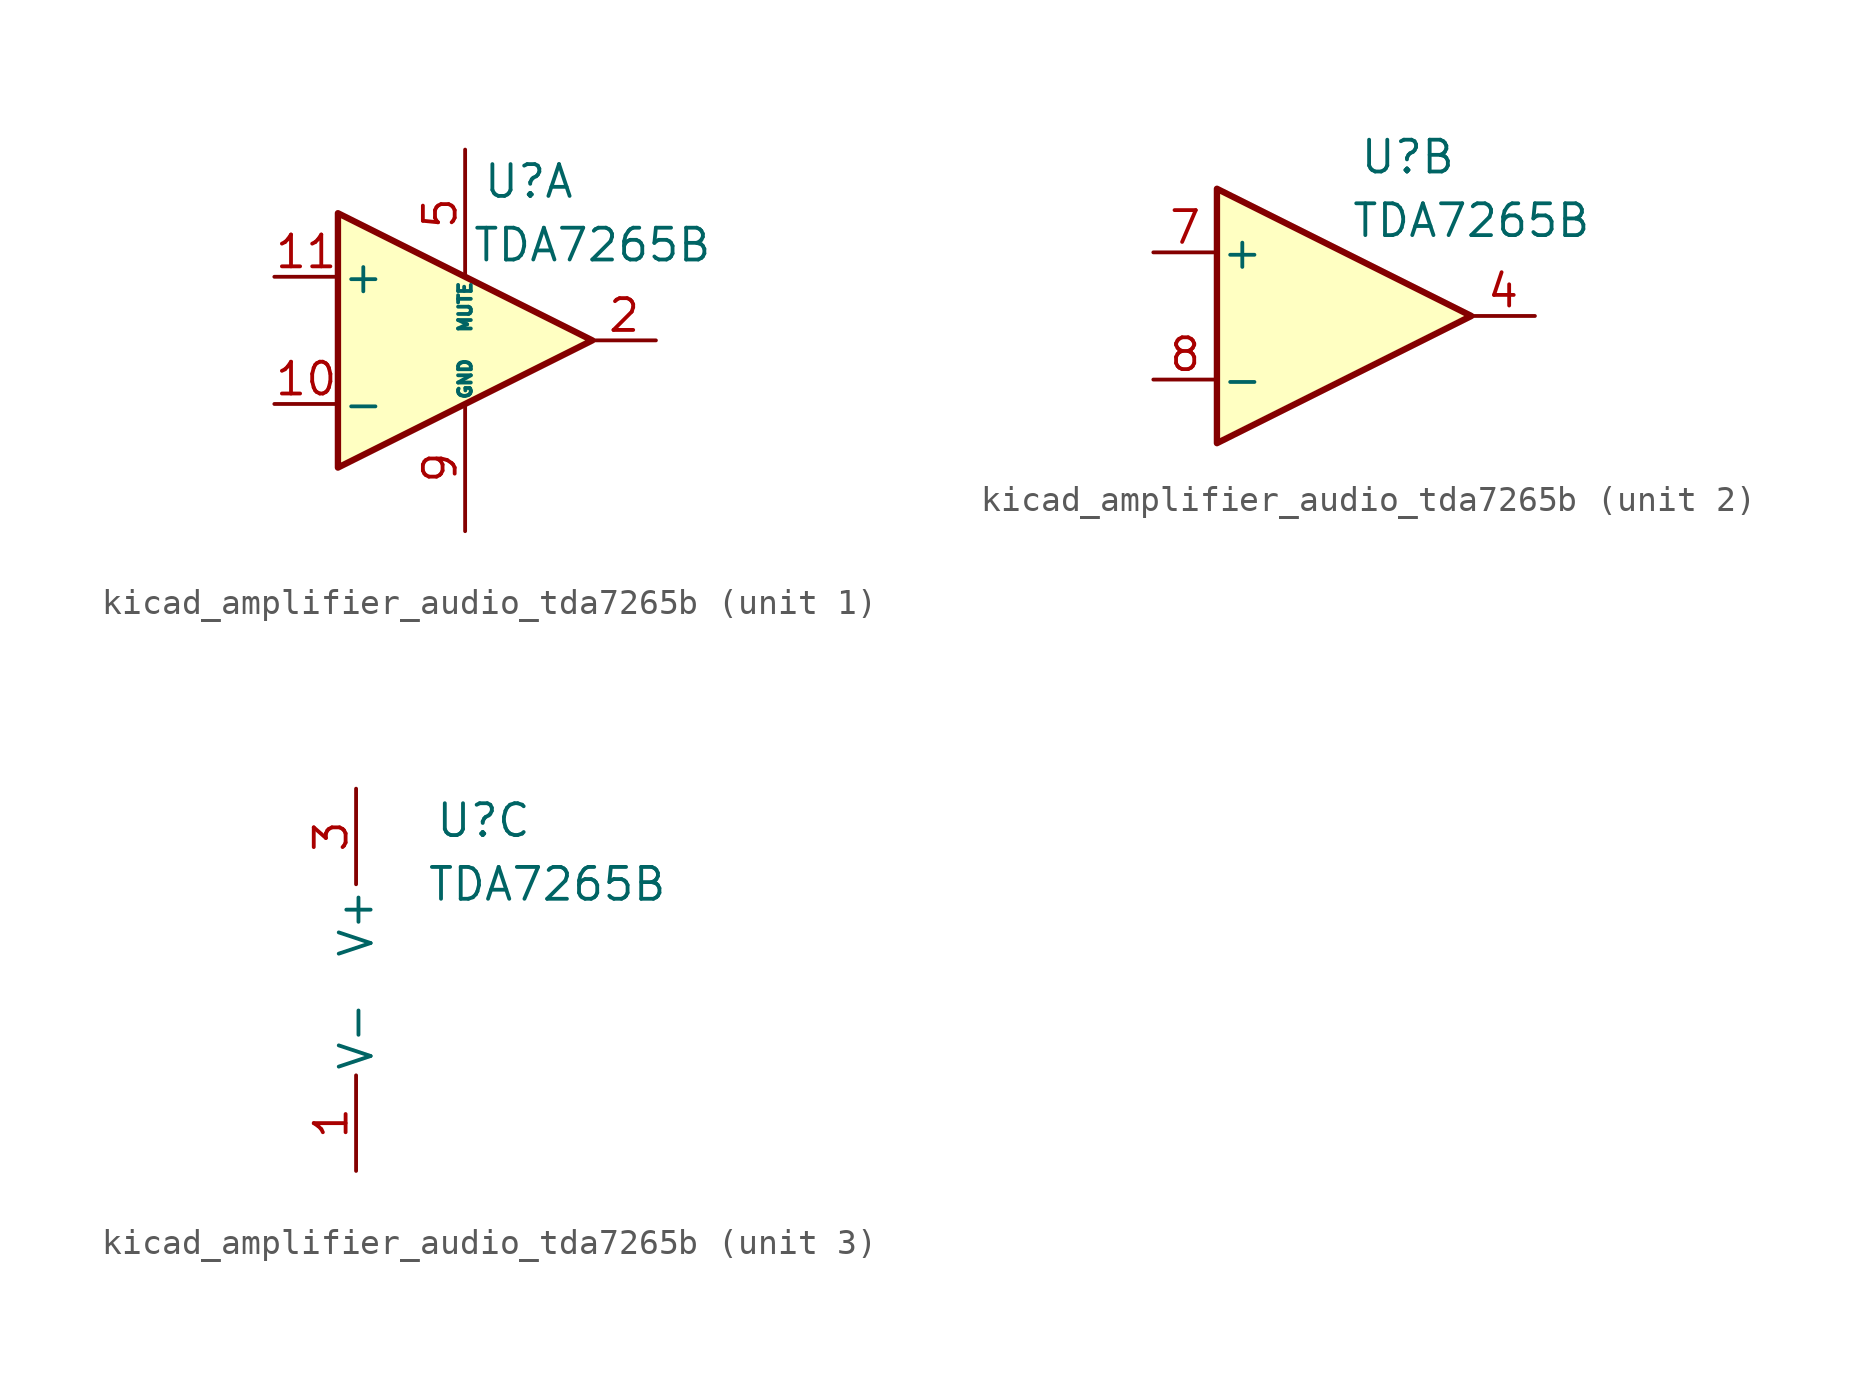
<source format=kicad_sym>
(kicad_symbol_lib
  (version 20220914)
  (generator kicad_symbol_editor)
  (symbol "kicad_amplifier_audio_tda7265b"
    (pin_names
      (offset 0.127))
    (property "Reference" "U"
      (at 2.54 6.35 0)
      (effects (font (size 1.27 1.27))))
    (property "Value" "TDA7265B"
      (at 5.08 3.81 0)
      (effects (font (size 1.27 1.27))))
    (property "ki_locked" ""
      (at 0 0 0)
      (effects (font (size 1.27 1.27))))
    (symbol "kicad_amplifier_audio_tda7265b_1_1"
      (polyline (pts (xy 5.08 0) (xy -5.08 5.08) (xy -5.08 -5.08) (xy 5.08 0)) (stroke (width 0.254) (type default)) (fill (type background)))
      (pin input line (at -7.62 -2.54 0) (length 2.54) (name "-" (effects (font (size 1.27 1.27)))) (number "10" (effects (font (size 1.27 1.27)))))
      (pin input line (at -7.62 2.54 0) (length 2.54) (name "+" (effects (font (size 1.27 1.27)))) (number "11" (effects (font (size 1.27 1.27)))))
      (pin output line (at 7.62 0 180) (length 2.54) (name "~" (effects (font (size 1.27 1.27)))) (number "2" (effects (font (size 1.27 1.27)))))
      (pin input line (at 0 7.62 270) (length 5.08) (name "MUTE" (effects (font (size 0.508 0.508)))) (number "5" (effects (font (size 1.27 1.27)))))
      (pin power_in line (at 0 -7.62 90) (length 5.08) (name "GND" (effects (font (size 0.508 0.508)))) (number "9" (effects (font (size 1.27 1.27))))))
    (symbol "kicad_amplifier_audio_tda7265b_2_1"
      (polyline (pts (xy 5.08 0) (xy -5.08 5.08) (xy -5.08 -5.08) (xy 5.08 0)) (stroke (width 0.254) (type default)) (fill (type background)))
      (pin output line (at 7.62 0 180) (length 2.54) (name "~" (effects (font (size 1.27 1.27)))) (number "4" (effects (font (size 1.27 1.27)))))
      (pin input line (at -7.62 2.54 0) (length 2.54) (name "+" (effects (font (size 1.27 1.27)))) (number "7" (effects (font (size 1.27 1.27)))))
      (pin input line (at -7.62 -2.54 0) (length 2.54) (name "-" (effects (font (size 1.27 1.27)))) (number "8" (effects (font (size 1.27 1.27))))))
    (symbol "kicad_amplifier_audio_tda7265b_3_1"
      (pin power_in line (at -2.54 -7.62 90) (length 3.81) (name "V-" (effects (font (size 1.27 1.27)))) (number "1" (effects (font (size 1.27 1.27)))))
      (pin power_in line (at -2.54 7.62 270) (length 3.81) (name "V+" (effects (font (size 1.27 1.27)))) (number "3" (effects (font (size 1.27 1.27)))))
      (pin passive line (at -2.54 -7.62 90) (length 3.81) hide (name "V-" (effects (font (size 1.27 1.27)))) (number "6" (effects (font (size 1.27 1.27))))))))
</source>
